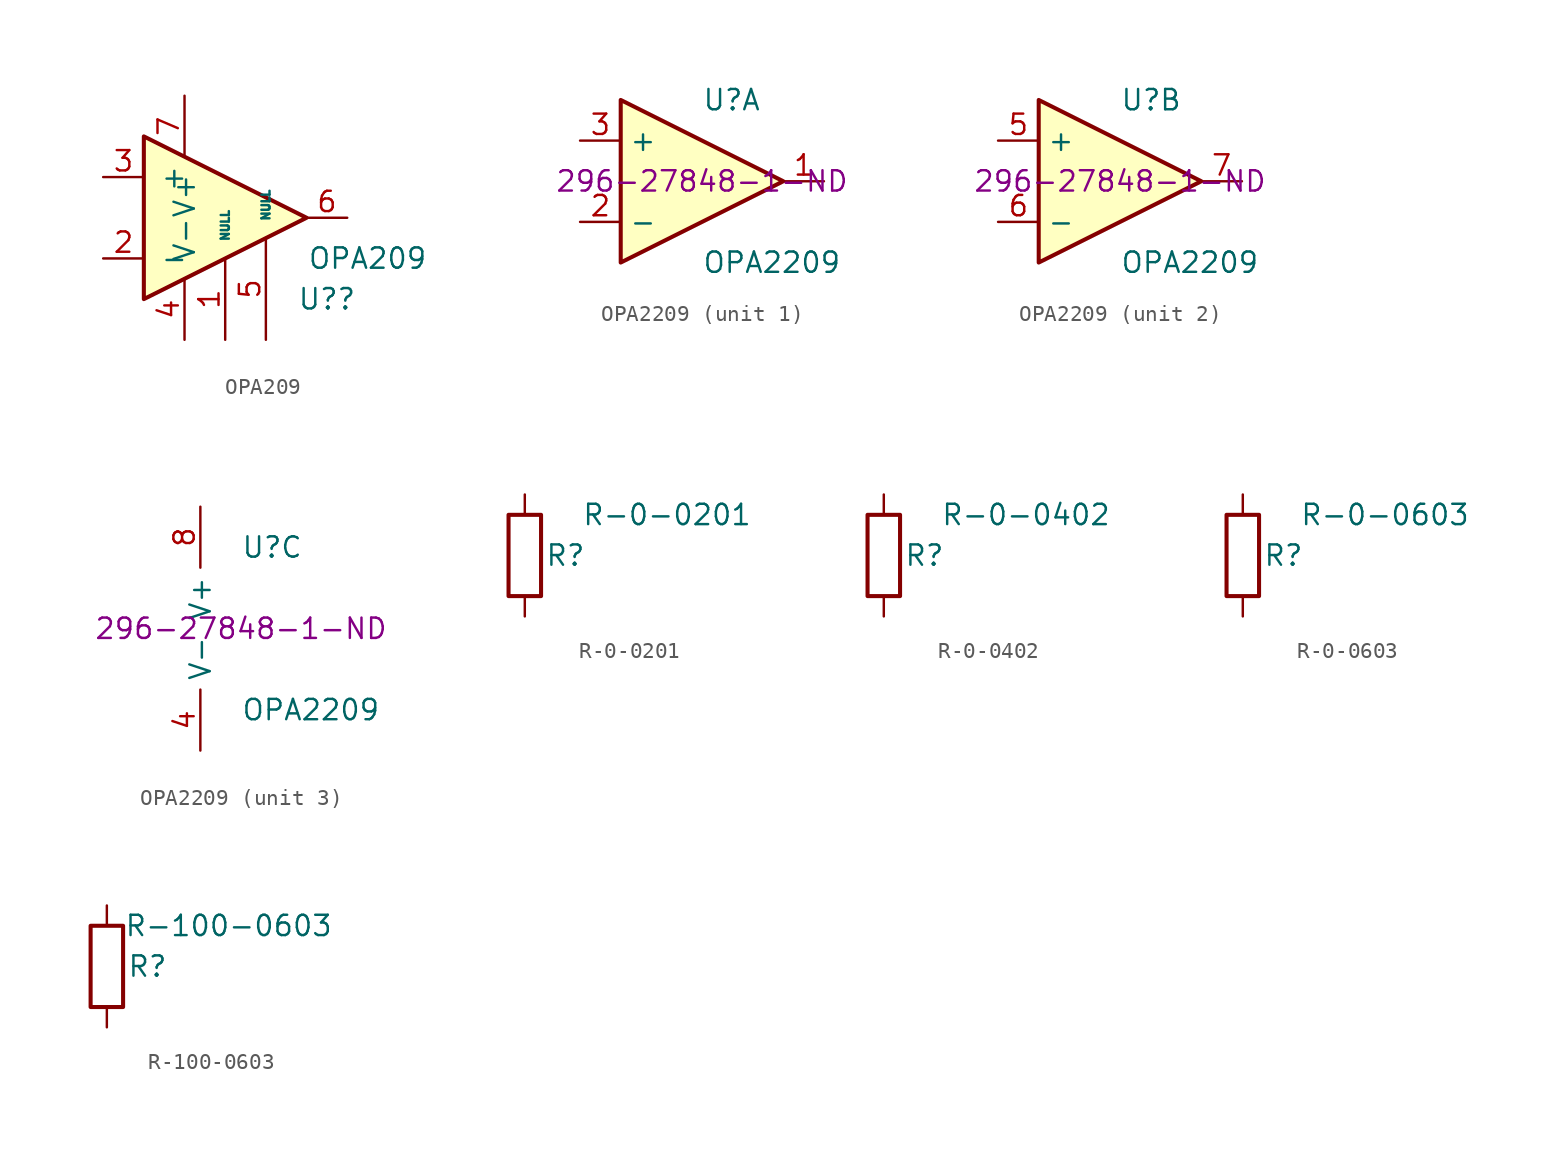
<source format=kicad_sym>
(kicad_symbol_lib
  (version 20211014)
  (generator kicad_symbol_editor)
  (symbol "OPA209"
    (pin_names
      (offset 1.016))
    (property "Reference" "U?"
      (at 7.62 -5.08 0)
      (effects (font (size 1.27 1.27))))
    (property "Value" "OPA209"
      (at 10.16 -2.54 0)
      (effects (font (size 1.27 1.27))))
    (symbol "OPA209_1_1"
      (polyline (pts (xy -3.81 5.08) (xy 6.35 0) (xy -3.81 -5.08) (xy -3.81 5.08)) (stroke (width 0.254) (type default) (color 0 0 0 0)) (fill (type background)))
      (pin input line (at 1.27 -7.62 90) (length 5.08) (name "NULL" (effects (font (size 0.508 0.508)))) (number "1" (effects (font (size 1.27 1.27)))))
      (pin input line (at -6.35 -2.54 0) (length 2.54) (name "-" (effects (font (size 1.27 1.27)))) (number "2" (effects (font (size 1.27 1.27)))))
      (pin input line (at -6.35 2.54 0) (length 2.54) (name "+" (effects (font (size 1.27 1.27)))) (number "3" (effects (font (size 1.27 1.27)))))
      (pin power_in line (at -1.27 -7.62 90) (length 3.81) (name "V-" (effects (font (size 1.27 1.27)))) (number "4" (effects (font (size 1.27 1.27)))))
      (pin input line (at 3.81 -7.62 90) (length 6.35) (name "NULL" (effects (font (size 0.508 0.508)))) (number "5" (effects (font (size 1.27 1.27)))))
      (pin output line (at 8.89 0 180) (length 2.54) (name "~" (effects (font (size 1.27 1.27)))) (number "6" (effects (font (size 1.27 1.27)))))
      (pin power_in line (at -1.27 7.62 270) (length 3.81) (name "V+" (effects (font (size 1.27 1.27)))) (number "7" (effects (font (size 1.27 1.27)))))
      (pin no_connect line (at 1.27 2.54 270) (length 2.54) hide (name "NC" (effects (font (size 1.27 1.27)))) (number "8" (effects (font (size 1.27 1.27)))))))
  (symbol "OPA2209"
    (property "Reference" "U"
      (at 0 5.08 0)
      (effects (font (size 1.27 1.27)) (justify left)))
    (property "Value" "OPA2209"
      (at 0 -5.08 0)
      (effects (font (size 1.27 1.27)) (justify left)))
    (property "Digikey" "296-27848-1-ND"
      (at 0 0 0)
      (effects (font (size 1.27 1.27))))
    (property "ki_locked" ""
      (at 0 0 0)
      (effects (font (size 1.27 1.27))))
    (symbol "OPA2209_1_1"
      (polyline (pts (xy -5.08 5.08) (xy 5.08 0) (xy -5.08 -5.08) (xy -5.08 5.08)) (stroke (width 0.254) (type default) (color 0 0 0 0)) (fill (type background)))
      (pin output line (at 7.62 0 180) (length 2.54) (name "~" (effects (font (size 1.27 1.27)))) (number "1" (effects (font (size 1.27 1.27)))))
      (pin input line (at -7.62 -2.54 0) (length 2.54) (name "-" (effects (font (size 1.27 1.27)))) (number "2" (effects (font (size 1.27 1.27)))))
      (pin input line (at -7.62 2.54 0) (length 2.54) (name "+" (effects (font (size 1.27 1.27)))) (number "3" (effects (font (size 1.27 1.27))))))
    (symbol "OPA2209_2_1"
      (polyline (pts (xy -5.08 5.08) (xy 5.08 0) (xy -5.08 -5.08) (xy -5.08 5.08)) (stroke (width 0.254) (type default) (color 0 0 0 0)) (fill (type background)))
      (pin input line (at -7.62 2.54 0) (length 2.54) (name "+" (effects (font (size 1.27 1.27)))) (number "5" (effects (font (size 1.27 1.27)))))
      (pin input line (at -7.62 -2.54 0) (length 2.54) (name "-" (effects (font (size 1.27 1.27)))) (number "6" (effects (font (size 1.27 1.27)))))
      (pin output line (at 7.62 0 180) (length 2.54) (name "~" (effects (font (size 1.27 1.27)))) (number "7" (effects (font (size 1.27 1.27))))))
    (symbol "OPA2209_3_1"
      (pin power_in line (at -2.54 -7.62 90) (length 3.81) (name "V-" (effects (font (size 1.27 1.27)))) (number "4" (effects (font (size 1.27 1.27)))))
      (pin power_in line (at -2.54 7.62 270) (length 3.81) (name "V+" (effects (font (size 1.27 1.27)))) (number "8" (effects (font (size 1.27 1.27)))))))
  (symbol "R-0-0201"
    (pin_numbers hide)
    (pin_names
      (offset 0))
    (property "Reference" "R"
      (at 2.54 0 0)
      (effects (font (size 1.27 1.27))))
    (property "Value" "R-0-0201"
      (at 8.89 2.54 0)
      (effects (font (size 1.27 1.27))))
    (symbol "R-0-0201_0_1"
      (rectangle (start -1.016 -2.54) (end 1.016 2.54) (stroke (width 0.254) (type default) (color 0 0 0 0)) (fill (type none))))
    (symbol "R-0-0201_1_1"
      (pin passive line (at 0 3.81 270) (length 1.27) (name "~" (effects (font (size 1.27 1.27)))) (number "1" (effects (font (size 1.27 1.27)))))
      (pin passive line (at 0 -3.81 90) (length 1.27) (name "~" (effects (font (size 1.27 1.27)))) (number "2" (effects (font (size 1.27 1.27)))))))
  (symbol "R-0-0402"
    (pin_numbers hide)
    (pin_names
      (offset 0))
    (property "Reference" "R"
      (at 2.54 0 0)
      (effects (font (size 1.27 1.27))))
    (property "Value" "R-0-0402"
      (at 8.89 2.54 0)
      (effects (font (size 1.27 1.27))))
    (symbol "R-0-0402_0_1"
      (rectangle (start -1.016 -2.54) (end 1.016 2.54) (stroke (width 0.254) (type default) (color 0 0 0 0)) (fill (type none))))
    (symbol "R-0-0402_1_1"
      (pin passive line (at 0 3.81 270) (length 1.27) (name "~" (effects (font (size 1.27 1.27)))) (number "1" (effects (font (size 1.27 1.27)))))
      (pin passive line (at 0 -3.81 90) (length 1.27) (name "~" (effects (font (size 1.27 1.27)))) (number "2" (effects (font (size 1.27 1.27)))))))
  (symbol "R-0-0603"
    (pin_numbers hide)
    (pin_names
      (offset 0))
    (property "Reference" "R"
      (at 2.54 0 0)
      (effects (font (size 1.27 1.27))))
    (property "Value" "R-0-0603"
      (at 8.89 2.54 0)
      (effects (font (size 1.27 1.27))))
    (symbol "R-0-0603_0_1"
      (rectangle (start -1.016 -2.54) (end 1.016 2.54) (stroke (width 0.254) (type default) (color 0 0 0 0)) (fill (type none))))
    (symbol "R-0-0603_1_1"
      (pin passive line (at 0 3.81 270) (length 1.27) (name "~" (effects (font (size 1.27 1.27)))) (number "1" (effects (font (size 1.27 1.27)))))
      (pin passive line (at 0 -3.81 90) (length 1.27) (name "~" (effects (font (size 1.27 1.27)))) (number "2" (effects (font (size 1.27 1.27)))))))
  (symbol "R-100-0603"
    (pin_numbers hide)
    (pin_names
      (offset 0))
    (property "Reference" "R"
      (at 2.54 0 0)
      (effects (font (size 1.27 1.27))))
    (property "Value" "R-100-0603"
      (at 7.62 2.54 0)
      (effects (font (size 1.27 1.27))))
    (symbol "R-100-0603_0_1"
      (rectangle (start -1.016 -2.54) (end 1.016 2.54) (stroke (width 0.254) (type default) (color 0 0 0 0)) (fill (type none))))
    (symbol "R-100-0603_1_1"
      (pin passive line (at 0 3.81 270) (length 1.27) (name "~" (effects (font (size 1.27 1.27)))) (number "1" (effects (font (size 1.27 1.27)))))
      (pin passive line (at 0 -3.81 90) (length 1.27) (name "~" (effects (font (size 1.27 1.27)))) (number "2" (effects (font (size 1.27 1.27))))))))
</source>
